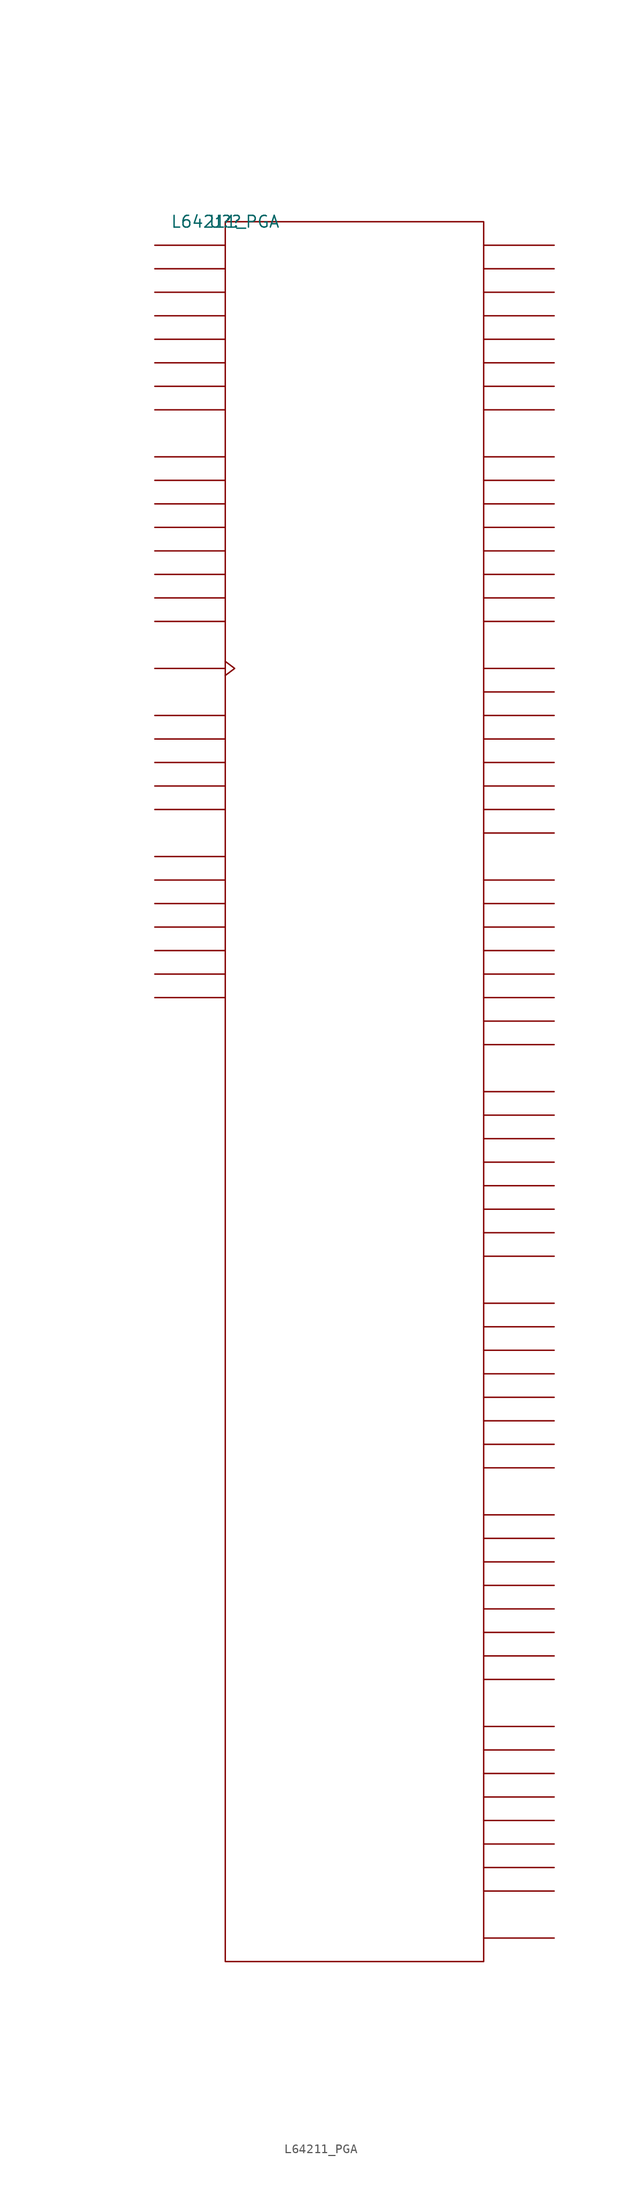
<source format=kicad_sym>
(kicad_symbol_lib
  (version 20211014)
  (generator kicad_symbol_editor)
  (symbol "L64211_PGA"
    (pin_names
      (offset 0.762))
    (property "Reference" "U?"
      (at 0 0 0)
      (effects (font (size 1.27 1.27))))
    (property "Value" "L64211_PGA"
      (at 0 0 0)
      (effects (font (size 1.27 1.27))))
    (symbol "L64211_PGA_0_1"
      (rectangle (start 0 -187.96) (end 27.94 0) (stroke (width 0) (type default) (color 0 0 0 0)) (fill (type none)))
      (polyline (pts (xy 0 -83.82) (xy -7.62 -83.82)) (stroke (width 0) (type default) (color 0 0 0 0)) (fill (type none)))
      (polyline (pts (xy 0 -81.28) (xy -7.62 -81.28)) (stroke (width 0) (type default) (color 0 0 0 0)) (fill (type none)))
      (polyline (pts (xy 0 -78.74) (xy -7.62 -78.74)) (stroke (width 0) (type default) (color 0 0 0 0)) (fill (type none)))
      (polyline (pts (xy 0 -76.2) (xy -7.62 -76.2)) (stroke (width 0) (type default) (color 0 0 0 0)) (fill (type none)))
      (polyline (pts (xy 0 -73.66) (xy -7.62 -73.66)) (stroke (width 0) (type default) (color 0 0 0 0)) (fill (type none)))
      (polyline (pts (xy 0 -71.12) (xy -7.62 -71.12)) (stroke (width 0) (type default) (color 0 0 0 0)) (fill (type none)))
      (polyline (pts (xy 0 -68.58) (xy -7.62 -68.58)) (stroke (width 0) (type default) (color 0 0 0 0)) (fill (type none)))
      (polyline (pts (xy 0 -63.5) (xy -7.62 -63.5)) (stroke (width 0) (type default) (color 0 0 0 0)) (fill (type none)))
      (polyline (pts (xy 0 -60.96) (xy -7.62 -60.96)) (stroke (width 0) (type default) (color 0 0 0 0)) (fill (type none)))
      (polyline (pts (xy 0 -58.42) (xy -7.62 -58.42)) (stroke (width 0) (type default) (color 0 0 0 0)) (fill (type none)))
      (polyline (pts (xy 0 -55.88) (xy -7.62 -55.88)) (stroke (width 0) (type default) (color 0 0 0 0)) (fill (type none)))
      (polyline (pts (xy 0 -53.34) (xy -7.62 -53.34)) (stroke (width 0) (type default) (color 0 0 0 0)) (fill (type none)))
      (polyline (pts (xy 0 -48.26) (xy -7.62 -48.26)) (stroke (width 0) (type default) (color 0 0 0 0)) (fill (type none)))
      (polyline (pts (xy 0 -43.18) (xy -7.62 -43.18)) (stroke (width 0) (type default) (color 0 0 0 0)) (fill (type none)))
      (polyline (pts (xy 0 -40.64) (xy -7.62 -40.64)) (stroke (width 0) (type default) (color 0 0 0 0)) (fill (type none)))
      (polyline (pts (xy 0 -38.1) (xy -7.62 -38.1)) (stroke (width 0) (type default) (color 0 0 0 0)) (fill (type none)))
      (polyline (pts (xy 0 -35.56) (xy -7.62 -35.56)) (stroke (width 0) (type default) (color 0 0 0 0)) (fill (type none)))
      (polyline (pts (xy 0 -33.02) (xy -7.62 -33.02)) (stroke (width 0) (type default) (color 0 0 0 0)) (fill (type none)))
      (polyline (pts (xy 0 -30.48) (xy -7.62 -30.48)) (stroke (width 0) (type default) (color 0 0 0 0)) (fill (type none)))
      (polyline (pts (xy 0 -27.94) (xy -7.62 -27.94)) (stroke (width 0) (type default) (color 0 0 0 0)) (fill (type none)))
      (polyline (pts (xy 0 -25.4) (xy -7.62 -25.4)) (stroke (width 0) (type default) (color 0 0 0 0)) (fill (type none)))
      (polyline (pts (xy 0 -20.32) (xy -7.62 -20.32)) (stroke (width 0) (type default) (color 0 0 0 0)) (fill (type none)))
      (polyline (pts (xy 0 -17.78) (xy -7.62 -17.78)) (stroke (width 0) (type default) (color 0 0 0 0)) (fill (type none)))
      (polyline (pts (xy 0 -15.24) (xy -7.62 -15.24)) (stroke (width 0) (type default) (color 0 0 0 0)) (fill (type none)))
      (polyline (pts (xy 0 -12.7) (xy -7.62 -12.7)) (stroke (width 0) (type default) (color 0 0 0 0)) (fill (type none)))
      (polyline (pts (xy 0 -10.16) (xy -7.62 -10.16)) (stroke (width 0) (type default) (color 0 0 0 0)) (fill (type none)))
      (polyline (pts (xy 0 -7.62) (xy -7.62 -7.62)) (stroke (width 0) (type default) (color 0 0 0 0)) (fill (type none)))
      (polyline (pts (xy 0 -5.08) (xy -7.62 -5.08)) (stroke (width 0) (type default) (color 0 0 0 0)) (fill (type none)))
      (polyline (pts (xy 0 -2.54) (xy -7.62 -2.54)) (stroke (width 0) (type default) (color 0 0 0 0)) (fill (type none)))
      (polyline (pts (xy 27.94 -185.42) (xy 35.56 -185.42)) (stroke (width 0) (type default) (color 0 0 0 0)) (fill (type none)))
      (polyline (pts (xy 27.94 -180.34) (xy 35.56 -180.34)) (stroke (width 0) (type default) (color 0 0 0 0)) (fill (type none)))
      (polyline (pts (xy 27.94 -177.8) (xy 35.56 -177.8)) (stroke (width 0) (type default) (color 0 0 0 0)) (fill (type none)))
      (polyline (pts (xy 27.94 -175.26) (xy 35.56 -175.26)) (stroke (width 0) (type default) (color 0 0 0 0)) (fill (type none)))
      (polyline (pts (xy 27.94 -172.72) (xy 35.56 -172.72)) (stroke (width 0) (type default) (color 0 0 0 0)) (fill (type none)))
      (polyline (pts (xy 27.94 -170.18) (xy 35.56 -170.18)) (stroke (width 0) (type default) (color 0 0 0 0)) (fill (type none)))
      (polyline (pts (xy 27.94 -167.64) (xy 35.56 -167.64)) (stroke (width 0) (type default) (color 0 0 0 0)) (fill (type none)))
      (polyline (pts (xy 27.94 -165.1) (xy 35.56 -165.1)) (stroke (width 0) (type default) (color 0 0 0 0)) (fill (type none)))
      (polyline (pts (xy 27.94 -162.56) (xy 35.56 -162.56)) (stroke (width 0) (type default) (color 0 0 0 0)) (fill (type none)))
      (polyline (pts (xy 27.94 -157.48) (xy 35.56 -157.48)) (stroke (width 0) (type default) (color 0 0 0 0)) (fill (type none)))
      (polyline (pts (xy 27.94 -154.94) (xy 35.56 -154.94)) (stroke (width 0) (type default) (color 0 0 0 0)) (fill (type none)))
      (polyline (pts (xy 27.94 -152.4) (xy 35.56 -152.4)) (stroke (width 0) (type default) (color 0 0 0 0)) (fill (type none)))
      (polyline (pts (xy 27.94 -149.86) (xy 35.56 -149.86)) (stroke (width 0) (type default) (color 0 0 0 0)) (fill (type none)))
      (polyline (pts (xy 27.94 -147.32) (xy 35.56 -147.32)) (stroke (width 0) (type default) (color 0 0 0 0)) (fill (type none)))
      (polyline (pts (xy 27.94 -144.78) (xy 35.56 -144.78)) (stroke (width 0) (type default) (color 0 0 0 0)) (fill (type none)))
      (polyline (pts (xy 27.94 -142.24) (xy 35.56 -142.24)) (stroke (width 0) (type default) (color 0 0 0 0)) (fill (type none)))
      (polyline (pts (xy 27.94 -139.7) (xy 35.56 -139.7)) (stroke (width 0) (type default) (color 0 0 0 0)) (fill (type none)))
      (polyline (pts (xy 27.94 -134.62) (xy 35.56 -134.62)) (stroke (width 0) (type default) (color 0 0 0 0)) (fill (type none)))
      (polyline (pts (xy 27.94 -132.08) (xy 35.56 -132.08)) (stroke (width 0) (type default) (color 0 0 0 0)) (fill (type none)))
      (polyline (pts (xy 27.94 -129.54) (xy 35.56 -129.54)) (stroke (width 0) (type default) (color 0 0 0 0)) (fill (type none)))
      (polyline (pts (xy 27.94 -127) (xy 35.56 -127)) (stroke (width 0) (type default) (color 0 0 0 0)) (fill (type none)))
      (polyline (pts (xy 27.94 -124.46) (xy 35.56 -124.46)) (stroke (width 0) (type default) (color 0 0 0 0)) (fill (type none)))
      (polyline (pts (xy 27.94 -121.92) (xy 35.56 -121.92)) (stroke (width 0) (type default) (color 0 0 0 0)) (fill (type none)))
      (polyline (pts (xy 27.94 -119.38) (xy 35.56 -119.38)) (stroke (width 0) (type default) (color 0 0 0 0)) (fill (type none)))
      (polyline (pts (xy 27.94 -116.84) (xy 35.56 -116.84)) (stroke (width 0) (type default) (color 0 0 0 0)) (fill (type none)))
      (polyline (pts (xy 27.94 -111.76) (xy 35.56 -111.76)) (stroke (width 0) (type default) (color 0 0 0 0)) (fill (type none)))
      (polyline (pts (xy 27.94 -109.22) (xy 35.56 -109.22)) (stroke (width 0) (type default) (color 0 0 0 0)) (fill (type none)))
      (polyline (pts (xy 27.94 -106.68) (xy 35.56 -106.68)) (stroke (width 0) (type default) (color 0 0 0 0)) (fill (type none)))
      (polyline (pts (xy 27.94 -104.14) (xy 35.56 -104.14)) (stroke (width 0) (type default) (color 0 0 0 0)) (fill (type none)))
      (polyline (pts (xy 27.94 -101.6) (xy 35.56 -101.6)) (stroke (width 0) (type default) (color 0 0 0 0)) (fill (type none)))
      (polyline (pts (xy 27.94 -99.06) (xy 35.56 -99.06)) (stroke (width 0) (type default) (color 0 0 0 0)) (fill (type none)))
      (polyline (pts (xy 27.94 -96.52) (xy 35.56 -96.52)) (stroke (width 0) (type default) (color 0 0 0 0)) (fill (type none)))
      (polyline (pts (xy 27.94 -93.98) (xy 35.56 -93.98)) (stroke (width 0) (type default) (color 0 0 0 0)) (fill (type none)))
      (polyline (pts (xy 27.94 -88.9) (xy 35.56 -88.9)) (stroke (width 0) (type default) (color 0 0 0 0)) (fill (type none)))
      (polyline (pts (xy 27.94 -86.36) (xy 35.56 -86.36)) (stroke (width 0) (type default) (color 0 0 0 0)) (fill (type none)))
      (polyline (pts (xy 27.94 -83.82) (xy 35.56 -83.82)) (stroke (width 0) (type default) (color 0 0 0 0)) (fill (type none)))
      (polyline (pts (xy 27.94 -81.28) (xy 35.56 -81.28)) (stroke (width 0) (type default) (color 0 0 0 0)) (fill (type none)))
      (polyline (pts (xy 27.94 -78.74) (xy 35.56 -78.74)) (stroke (width 0) (type default) (color 0 0 0 0)) (fill (type none)))
      (polyline (pts (xy 27.94 -76.2) (xy 35.56 -76.2)) (stroke (width 0) (type default) (color 0 0 0 0)) (fill (type none)))
      (polyline (pts (xy 27.94 -73.66) (xy 35.56 -73.66)) (stroke (width 0) (type default) (color 0 0 0 0)) (fill (type none)))
      (polyline (pts (xy 27.94 -71.12) (xy 35.56 -71.12)) (stroke (width 0) (type default) (color 0 0 0 0)) (fill (type none)))
      (polyline (pts (xy 27.94 -66.04) (xy 35.56 -66.04)) (stroke (width 0) (type default) (color 0 0 0 0)) (fill (type none)))
      (polyline (pts (xy 27.94 -63.5) (xy 35.56 -63.5)) (stroke (width 0) (type default) (color 0 0 0 0)) (fill (type none)))
      (polyline (pts (xy 27.94 -60.96) (xy 35.56 -60.96)) (stroke (width 0) (type default) (color 0 0 0 0)) (fill (type none)))
      (polyline (pts (xy 27.94 -58.42) (xy 35.56 -58.42)) (stroke (width 0) (type default) (color 0 0 0 0)) (fill (type none)))
      (polyline (pts (xy 27.94 -55.88) (xy 35.56 -55.88)) (stroke (width 0) (type default) (color 0 0 0 0)) (fill (type none)))
      (polyline (pts (xy 27.94 -53.34) (xy 35.56 -53.34)) (stroke (width 0) (type default) (color 0 0 0 0)) (fill (type none)))
      (polyline (pts (xy 27.94 -50.8) (xy 35.56 -50.8)) (stroke (width 0) (type default) (color 0 0 0 0)) (fill (type none)))
      (polyline (pts (xy 27.94 -48.26) (xy 35.56 -48.26)) (stroke (width 0) (type default) (color 0 0 0 0)) (fill (type none)))
      (polyline (pts (xy 27.94 -43.18) (xy 35.56 -43.18)) (stroke (width 0) (type default) (color 0 0 0 0)) (fill (type none)))
      (polyline (pts (xy 27.94 -40.64) (xy 35.56 -40.64)) (stroke (width 0) (type default) (color 0 0 0 0)) (fill (type none)))
      (polyline (pts (xy 27.94 -38.1) (xy 35.56 -38.1)) (stroke (width 0) (type default) (color 0 0 0 0)) (fill (type none)))
      (polyline (pts (xy 27.94 -35.56) (xy 35.56 -35.56)) (stroke (width 0) (type default) (color 0 0 0 0)) (fill (type none)))
      (polyline (pts (xy 27.94 -33.02) (xy 35.56 -33.02)) (stroke (width 0) (type default) (color 0 0 0 0)) (fill (type none)))
      (polyline (pts (xy 27.94 -30.48) (xy 35.56 -30.48)) (stroke (width 0) (type default) (color 0 0 0 0)) (fill (type none)))
      (polyline (pts (xy 27.94 -27.94) (xy 35.56 -27.94)) (stroke (width 0) (type default) (color 0 0 0 0)) (fill (type none)))
      (polyline (pts (xy 27.94 -25.4) (xy 35.56 -25.4)) (stroke (width 0) (type default) (color 0 0 0 0)) (fill (type none)))
      (polyline (pts (xy 27.94 -20.32) (xy 35.56 -20.32)) (stroke (width 0) (type default) (color 0 0 0 0)) (fill (type none)))
      (polyline (pts (xy 27.94 -17.78) (xy 35.56 -17.78)) (stroke (width 0) (type default) (color 0 0 0 0)) (fill (type none)))
      (polyline (pts (xy 27.94 -15.24) (xy 35.56 -15.24)) (stroke (width 0) (type default) (color 0 0 0 0)) (fill (type none)))
      (polyline (pts (xy 27.94 -12.7) (xy 35.56 -12.7)) (stroke (width 0) (type default) (color 0 0 0 0)) (fill (type none)))
      (polyline (pts (xy 27.94 -10.16) (xy 35.56 -10.16)) (stroke (width 0) (type default) (color 0 0 0 0)) (fill (type none)))
      (polyline (pts (xy 27.94 -7.62) (xy 35.56 -7.62)) (stroke (width 0) (type default) (color 0 0 0 0)) (fill (type none)))
      (polyline (pts (xy 27.94 -5.08) (xy 35.56 -5.08)) (stroke (width 0) (type default) (color 0 0 0 0)) (fill (type none)))
      (polyline (pts (xy 27.94 -2.54) (xy 35.56 -2.54)) (stroke (width 0) (type default) (color 0 0 0 0)) (fill (type none)))
      (polyline (pts (xy 0 -47.498) (xy 1.016 -48.26) (xy 0 -49.022)) (stroke (width 0) (type default) (color 0 0 0 0)) (fill (type none))))
    (symbol "L64211_PGA_1_1"
      (pin unspecified line (at 35.56 -86.36 180) (length 7.62) hide (name "DO3.6" (effects (font (size 1.245 1.245)))) (number "A10" (effects (font (size 1.245 1.245)))))
      (pin unspecified line (at 35.56 -81.28 180) (length 7.62) hide (name "DO3.4" (effects (font (size 1.245 1.245)))) (number "A11" (effects (font (size 1.245 1.245)))))
      (pin unspecified line (at 35.56 -73.66 180) (length 7.62) hide (name "DO3.1" (effects (font (size 1.245 1.245)))) (number "A12" (effects (font (size 1.245 1.245)))))
      (pin unspecified line (at 35.56 -71.12 180) (length 7.62) hide (name "DO3.0" (effects (font (size 1.245 1.245)))) (number "A13" (effects (font (size 1.245 1.245)))))
      (pin unspecified line (at 35.56 -132.08 180) (length 7.62) hide (name "DO5.6" (effects (font (size 1.245 1.245)))) (number "A2" (effects (font (size 1.245 1.245)))))
      (pin unspecified line (at 35.56 -129.54 180) (length 7.62) hide (name "DO5.5" (effects (font (size 1.245 1.245)))) (number "A3" (effects (font (size 1.245 1.245)))))
      (pin unspecified line (at 35.56 -124.46 180) (length 7.62) hide (name "DO5.3" (effects (font (size 1.245 1.245)))) (number "A4" (effects (font (size 1.245 1.245)))))
      (pin unspecified line (at 35.56 -116.84 180) (length 7.62) hide (name "DO5.0" (effects (font (size 1.245 1.245)))) (number "A6" (effects (font (size 1.245 1.245)))))
      (pin power_in line (at -7.62 -68.58 0) (length 7.62) hide (name "VDD" (effects (font (size 1.245 1.245)))) (number "A8" (effects (font (size 1.245 1.245)))))
      (pin power_in line (at -7.62 -71.12 0) (length 7.62) hide (name "VDD" (effects (font (size 1.245 1.245)))) (number "B1" (effects (font (size 1.245 1.245)))))
      (pin unspecified line (at 35.56 -83.82 180) (length 7.62) hide (name "DO3.5" (effects (font (size 1.245 1.245)))) (number "B10" (effects (font (size 1.245 1.245)))))
      (pin unspecified line (at 35.56 -78.74 180) (length 7.62) hide (name "DO3.3" (effects (font (size 1.245 1.245)))) (number "B11" (effects (font (size 1.245 1.245)))))
      (pin power_in line (at -7.62 -73.66 0) (length 7.62) hide (name "VDD" (effects (font (size 1.245 1.245)))) (number "B13" (effects (font (size 1.245 1.245)))))
      (pin unspecified line (at 35.56 -134.62 180) (length 7.62) hide (name "DO5.7" (effects (font (size 1.245 1.245)))) (number "B3" (effects (font (size 1.245 1.245)))))
      (pin unspecified line (at 35.56 -127 180) (length 7.62) hide (name "DO5.4" (effects (font (size 1.245 1.245)))) (number "B4" (effects (font (size 1.245 1.245)))))
      (pin unspecified line (at 35.56 -121.92 180) (length 7.62) hide (name "DO5.2" (effects (font (size 1.245 1.245)))) (number "B5" (effects (font (size 1.245 1.245)))))
      (pin unspecified line (at 35.56 -165.1 180) (length 7.62) hide (name "DO7.1" (effects (font (size 1.245 1.245)))) (number "C1" (effects (font (size 1.245 1.245)))))
      (pin unspecified line (at 35.56 -76.2 180) (length 7.62) hide (name "DO3.2" (effects (font (size 1.245 1.245)))) (number "C10" (effects (font (size 1.245 1.245)))))
      (pin unspecified line (at 35.56 -43.18 180) (length 7.62) hide (name "DO1.7" (effects (font (size 1.245 1.245)))) (number "C13" (effects (font (size 1.245 1.245)))))
      (pin unspecified line (at 35.56 -162.56 180) (length 7.62) hide (name "DO7.0" (effects (font (size 1.245 1.245)))) (number "C2" (effects (font (size 1.245 1.245)))))
      (pin unspecified line (at 35.56 -119.38 180) (length 7.62) hide (name "DO5.1" (effects (font (size 1.245 1.245)))) (number "C6" (effects (font (size 1.245 1.245)))))
      (pin power_in line (at 2.54 -187.96 0) (length 7.62) hide (name "GND" (effects (font (size 1.245 1.245)))) (number "C7" (effects (font (size 1.245 1.245)))))
      (pin unspecified line (at 35.56 -88.9 180) (length 7.62) hide (name "DO3.7" (effects (font (size 1.245 1.245)))) (number "C8" (effects (font (size 1.245 1.245)))))
      (pin unspecified line (at 35.56 -172.72 180) (length 7.62) hide (name "DO7.4" (effects (font (size 1.245 1.245)))) (number "D1" (effects (font (size 1.245 1.245)))))
      (pin power_in line (at 7.62 -187.96 0) (length 7.62) hide (name "GND" (effects (font (size 1.245 1.245)))) (number "D11" (effects (font (size 1.245 1.245)))))
      (pin unspecified line (at 35.56 -40.64 180) (length 7.62) hide (name "DO1.6" (effects (font (size 1.245 1.245)))) (number "D12" (effects (font (size 1.245 1.245)))))
      (pin unspecified line (at 35.56 -35.56 180) (length 7.62) hide (name "DO1.4" (effects (font (size 1.245 1.245)))) (number "D13" (effects (font (size 1.245 1.245)))))
      (pin unspecified line (at 35.56 -167.64 180) (length 7.62) hide (name "DO7.2" (effects (font (size 1.245 1.245)))) (number "D2" (effects (font (size 1.245 1.245)))))
      (pin power_in line (at 5.08 -187.96 0) (length 7.62) hide (name "GND" (effects (font (size 1.245 1.245)))) (number "D3" (effects (font (size 1.245 1.245)))))
      (pin unspecified line (at 35.56 -177.8 180) (length 7.62) hide (name "DO7.6" (effects (font (size 1.245 1.245)))) (number "E1" (effects (font (size 1.245 1.245)))))
      (pin unspecified line (at 35.56 -38.1 180) (length 7.62) hide (name "DO1.5" (effects (font (size 1.245 1.245)))) (number "E11" (effects (font (size 1.245 1.245)))))
      (pin unspecified line (at 35.56 -33.02 180) (length 7.62) hide (name "DO1.3" (effects (font (size 1.245 1.245)))) (number "E12" (effects (font (size 1.245 1.245)))))
      (pin unspecified line (at 35.56 -30.48 180) (length 7.62) hide (name "DO1.2" (effects (font (size 1.245 1.245)))) (number "E13" (effects (font (size 1.245 1.245)))))
      (pin unspecified line (at 35.56 -175.26 180) (length 7.62) hide (name "DO7.5" (effects (font (size 1.245 1.245)))) (number "E2" (effects (font (size 1.245 1.245)))))
      (pin unspecified line (at 35.56 -170.18 180) (length 7.62) hide (name "DO7.3" (effects (font (size 1.245 1.245)))) (number "E3" (effects (font (size 1.245 1.245)))))
      (pin unspecified line (at 35.56 -27.94 180) (length 7.62) hide (name "DO1.1" (effects (font (size 1.245 1.245)))) (number "F11" (effects (font (size 1.245 1.245)))))
      (pin unspecified line (at 35.56 -25.4 180) (length 7.62) hide (name "DO1.0" (effects (font (size 1.245 1.245)))) (number "F12" (effects (font (size 1.245 1.245)))))
      (pin unspecified line (at 35.56 -2.54 180) (length 7.62) hide (name "DO0.0" (effects (font (size 1.245 1.245)))) (number "F13" (effects (font (size 1.245 1.245)))))
      (pin unspecified line (at 35.56 -180.34 180) (length 7.62) hide (name "DO7.7" (effects (font (size 1.245 1.245)))) (number "F3" (effects (font (size 1.245 1.245)))))
      (pin unspecified line (at 35.56 -154.94 180) (length 7.62) hide (name "DO6.6" (effects (font (size 1.245 1.245)))) (number "G1" (effects (font (size 1.245 1.245)))))
      (pin unspecified line (at 35.56 -7.62 180) (length 7.62) hide (name "DO0.2" (effects (font (size 1.245 1.245)))) (number "G11" (effects (font (size 1.245 1.245)))))
      (pin unspecified line (at 35.56 -10.16 180) (length 7.62) hide (name "DO0.3" (effects (font (size 1.245 1.245)))) (number "G12" (effects (font (size 1.245 1.245)))))
      (pin unspecified line (at 35.56 -5.08 180) (length 7.62) hide (name "DO0.1" (effects (font (size 1.245 1.245)))) (number "G13" (effects (font (size 1.245 1.245)))))
      (pin unspecified line (at 35.56 -157.48 180) (length 7.62) hide (name "DO6.7" (effects (font (size 1.245 1.245)))) (number "G3" (effects (font (size 1.245 1.245)))))
      (pin unspecified line (at 35.56 -152.4 180) (length 7.62) hide (name "DO6.5" (effects (font (size 1.245 1.245)))) (number "H1" (effects (font (size 1.245 1.245)))))
      (pin unspecified line (at 35.56 -17.78 180) (length 7.62) hide (name "DO0.6" (effects (font (size 1.245 1.245)))) (number "H11" (effects (font (size 1.245 1.245)))))
      (pin unspecified line (at 35.56 -15.24 180) (length 7.62) hide (name "DO0.5" (effects (font (size 1.245 1.245)))) (number "H12" (effects (font (size 1.245 1.245)))))
      (pin unspecified line (at 35.56 -12.7 180) (length 7.62) hide (name "DO0.4" (effects (font (size 1.245 1.245)))) (number "H13" (effects (font (size 1.245 1.245)))))
      (pin unspecified line (at 35.56 -149.86 180) (length 7.62) hide (name "DO6.4" (effects (font (size 1.245 1.245)))) (number "H2" (effects (font (size 1.245 1.245)))))
      (pin power_in line (at -7.62 -76.2 0) (length 7.62) hide (name "VDD" (effects (font (size 1.245 1.245)))) (number "H3" (effects (font (size 1.245 1.245)))))
      (pin power_in line (at 10.16 -187.96 0) (length 7.62) hide (name "GND" (effects (font (size 1.245 1.245)))) (number "J1" (effects (font (size 1.245 1.245)))))
      (pin unspecified line (at 35.56 -48.26 180) (length 7.62) hide (name "DO2.0" (effects (font (size 1.245 1.245)))) (number "J11" (effects (font (size 1.245 1.245)))))
      (pin power_in line (at 12.7 -187.96 0) (length 7.62) hide (name "GND" (effects (font (size 1.245 1.245)))) (number "J12" (effects (font (size 1.245 1.245)))))
      (pin unspecified line (at 35.56 -20.32 180) (length 7.62) hide (name "DO0.7" (effects (font (size 1.245 1.245)))) (number "J13" (effects (font (size 1.245 1.245)))))
      (pin unspecified line (at 35.56 -147.32 180) (length 7.62) hide (name "DO6.3" (effects (font (size 1.245 1.245)))) (number "J2" (effects (font (size 1.245 1.245)))))
      (pin unspecified line (at 35.56 -142.24 180) (length 7.62) hide (name "DO6.1" (effects (font (size 1.245 1.245)))) (number "J3" (effects (font (size 1.245 1.245)))))
      (pin unspecified line (at 35.56 -144.78 180) (length 7.62) hide (name "DO6.2" (effects (font (size 1.245 1.245)))) (number "K1" (effects (font (size 1.245 1.245)))))
      (pin unspecified line (at -7.62 -2.54 0) (length 7.62) hide (name "DI0" (effects (font (size 1.245 1.245)))) (number "K11" (effects (font (size 1.245 1.245)))))
      (pin unspecified line (at 35.56 -50.8 180) (length 7.62) hide (name "DO2.1" (effects (font (size 1.245 1.245)))) (number "K12" (effects (font (size 1.245 1.245)))))
      (pin power_in line (at -7.62 -78.74 0) (length 7.62) hide (name "VDD" (effects (font (size 1.245 1.245)))) (number "K13" (effects (font (size 1.245 1.245)))))
      (pin unspecified line (at 35.56 -139.7 180) (length 7.62) hide (name "DO6.0" (effects (font (size 1.245 1.245)))) (number "K2" (effects (font (size 1.245 1.245)))))
      (pin unspecified line (at -7.62 -30.48 0) (length 7.62) hide (name "CI2" (effects (font (size 1.245 1.245)))) (number "K3" (effects (font (size 1.245 1.245)))))
      (pin unspecified line (at -7.62 -25.4 0) (length 7.62) hide (name "CI0" (effects (font (size 1.245 1.245)))) (number "L1" (effects (font (size 1.245 1.245)))))
      (pin unspecified line (at -7.62 -12.7 0) (length 7.62) hide (name "DI4" (effects (font (size 1.245 1.245)))) (number "L10" (effects (font (size 1.245 1.245)))))
      (pin unspecified line (at -7.62 -10.16 0) (length 7.62) hide (name "DI3" (effects (font (size 1.245 1.245)))) (number "L11" (effects (font (size 1.245 1.245)))))
      (pin unspecified line (at 35.56 -55.88 180) (length 7.62) hide (name "DO2.3" (effects (font (size 1.245 1.245)))) (number "L12" (effects (font (size 1.245 1.245)))))
      (pin unspecified line (at 35.56 -53.34 180) (length 7.62) hide (name "DO2.2" (effects (font (size 1.245 1.245)))) (number "L13" (effects (font (size 1.245 1.245)))))
      (pin unspecified line (at -7.62 -33.02 0) (length 7.62) hide (name "CI3" (effects (font (size 1.245 1.245)))) (number "L2" (effects (font (size 1.245 1.245)))))
      (pin unspecified line (at -7.62 -38.1 0) (length 7.62) hide (name "CI5" (effects (font (size 1.245 1.245)))) (number "L3" (effects (font (size 1.245 1.245)))))
      (pin unspecified line (at 35.56 -109.22 180) (length 7.62) hide (name "DO4.6" (effects (font (size 1.245 1.245)))) (number "L4" (effects (font (size 1.245 1.245)))))
      (pin unspecified line (at 35.56 -101.6 180) (length 7.62) hide (name "DO4.3" (effects (font (size 1.245 1.245)))) (number "L5" (effects (font (size 1.245 1.245)))))
      (pin unspecified line (at -7.62 -63.5 0) (length 7.62) hide (name "W\\E\\" (effects (font (size 1.245 1.245)))) (number "L6" (effects (font (size 1.245 1.245)))))
      (pin power_in line (at -7.62 -81.28 0) (length 7.62) hide (name "VDD" (effects (font (size 1.245 1.245)))) (number "L7" (effects (font (size 1.245 1.245)))))
      (pin unspecified line (at 35.56 -66.04 180) (length 7.62) hide (name "DO2.7" (effects (font (size 1.245 1.245)))) (number "L8" (effects (font (size 1.245 1.245)))))
      (pin unspecified line (at 35.56 -185.42 180) (length 7.62) hide (name "TOUT" (effects (font (size 1.245 1.245)))) (number "L9" (effects (font (size 1.245 1.245)))))
      (pin unspecified line (at -7.62 -27.94 0) (length 7.62) hide (name "CI1" (effects (font (size 1.245 1.245)))) (number "M1" (effects (font (size 1.245 1.245)))))
      (pin unspecified line (at -7.62 -20.32 0) (length 7.62) hide (name "DI7" (effects (font (size 1.245 1.245)))) (number "M10" (effects (font (size 1.245 1.245)))))
      (pin power_in line (at 15.24 -187.96 0) (length 7.62) hide (name "GND" (effects (font (size 1.245 1.245)))) (number "M11" (effects (font (size 1.245 1.245)))))
      (pin unspecified line (at -7.62 -7.62 0) (length 7.62) hide (name "DI2" (effects (font (size 1.245 1.245)))) (number "M12" (effects (font (size 1.245 1.245)))))
      (pin unspecified line (at -7.62 -5.08 0) (length 7.62) hide (name "DI1" (effects (font (size 1.245 1.245)))) (number "M13" (effects (font (size 1.245 1.245)))))
      (pin unspecified line (at -7.62 -40.64 0) (length 7.62) hide (name "CI6" (effects (font (size 1.245 1.245)))) (number "M2" (effects (font (size 1.245 1.245)))))
      (pin unspecified line (at -7.62 -53.34 0) (length 7.62) hide (name "A\\L\\" (effects (font (size 1.245 1.245)))) (number "M3" (effects (font (size 1.245 1.245)))))
      (pin unspecified line (at 35.56 -104.14 180) (length 7.62) hide (name "DO4.4" (effects (font (size 1.245 1.245)))) (number "M4" (effects (font (size 1.245 1.245)))))
      (pin unspecified line (at 35.56 -96.52 180) (length 7.62) hide (name "DO4.1" (effects (font (size 1.245 1.245)))) (number "M5" (effects (font (size 1.245 1.245)))))
      (pin unspecified line (at -7.62 -43.18 0) (length 7.62) hide (name "CI7" (effects (font (size 1.245 1.245)))) (number "M6" (effects (font (size 1.245 1.245)))))
      (pin unspecified line (at -7.62 -60.96 0) (length 7.62) hide (name "T\\E\\S\\T\\" (effects (font (size 1.245 1.245)))) (number "M7" (effects (font (size 1.245 1.245)))))
      (pin unspecified line (at -7.62 -48.26 180) (length 7.62) hide (name "CLK" (effects (font (size 1.245 1.245)))) (number "M8" (effects (font (size 1.245 1.245)))))
      (pin unspecified line (at 35.56 -60.96 180) (length 7.62) hide (name "DO2.5" (effects (font (size 1.245 1.245)))) (number "M9" (effects (font (size 1.245 1.245)))))
      (pin unspecified line (at -7.62 -35.56 0) (length 7.62) hide (name "CI4" (effects (font (size 1.245 1.245)))) (number "N1" (effects (font (size 1.245 1.245)))))
      (pin unspecified line (at 35.56 -58.42 180) (length 7.62) hide (name "DO2.4" (effects (font (size 1.245 1.245)))) (number "N10" (effects (font (size 1.245 1.245)))))
      (pin unspecified line (at -7.62 -17.78 0) (length 7.62) hide (name "DI6" (effects (font (size 1.245 1.245)))) (number "N11" (effects (font (size 1.245 1.245)))))
      (pin unspecified line (at -7.62 -15.24 0) (length 7.62) hide (name "DI5" (effects (font (size 1.245 1.245)))) (number "N12" (effects (font (size 1.245 1.245)))))
      (pin power_in line (at -7.62 -83.82 0) (length 7.62) hide (name "VDD" (effects (font (size 1.245 1.245)))) (number "N13" (effects (font (size 1.245 1.245)))))
      (pin unspecified line (at 35.56 -111.76 180) (length 7.62) hide (name "DO4.7" (effects (font (size 1.245 1.245)))) (number "N2" (effects (font (size 1.245 1.245)))))
      (pin unspecified line (at 35.56 -106.68 180) (length 7.62) hide (name "DO4.5" (effects (font (size 1.245 1.245)))) (number "N3" (effects (font (size 1.245 1.245)))))
      (pin unspecified line (at 35.56 -99.06 180) (length 7.62) hide (name "DO4.2" (effects (font (size 1.245 1.245)))) (number "N4" (effects (font (size 1.245 1.245)))))
      (pin unspecified line (at 35.56 -93.98 180) (length 7.62) hide (name "DO4.0" (effects (font (size 1.245 1.245)))) (number "N5" (effects (font (size 1.245 1.245)))))
      (pin unspecified line (at -7.62 -55.88 0) (length 7.62) hide (name "F\\L\\U\\S\\H\\" (effects (font (size 1.245 1.245)))) (number "N6" (effects (font (size 1.245 1.245)))))
      (pin power_in line (at 17.78 -187.96 0) (length 7.62) hide (name "GND" (effects (font (size 1.245 1.245)))) (number "N7" (effects (font (size 1.245 1.245)))))
      (pin unspecified line (at -7.62 -58.42 0) (length 7.62) hide (name "SH/H\\L\\D\\" (effects (font (size 1.245 1.245)))) (number "N8" (effects (font (size 1.245 1.245)))))
      (pin unspecified line (at 35.56 -63.5 180) (length 7.62) hide (name "DO2.6" (effects (font (size 1.245 1.245)))) (number "N9" (effects (font (size 1.245 1.245))))))))
</source>
